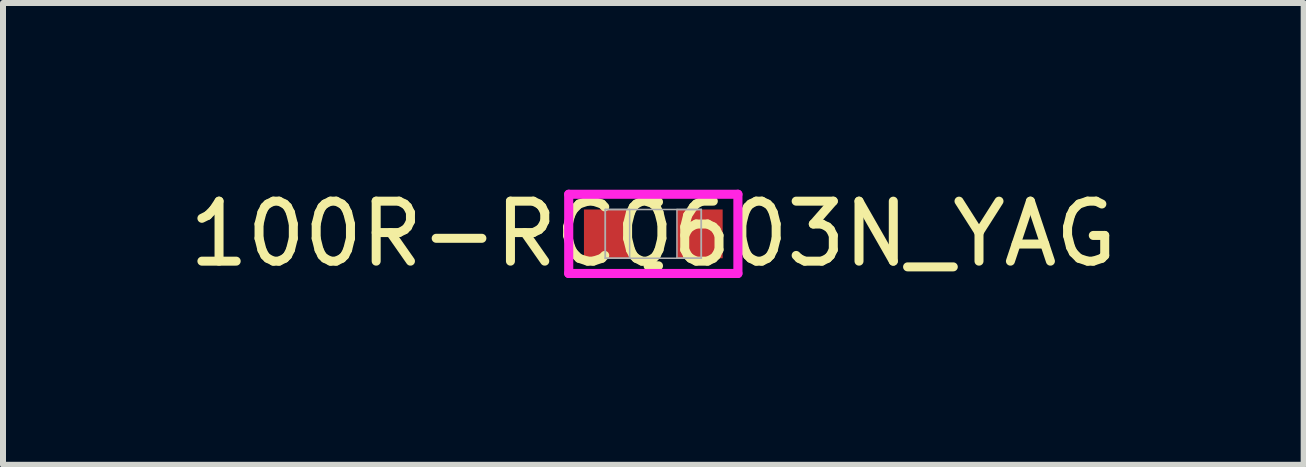
<source format=kicad_pcb>
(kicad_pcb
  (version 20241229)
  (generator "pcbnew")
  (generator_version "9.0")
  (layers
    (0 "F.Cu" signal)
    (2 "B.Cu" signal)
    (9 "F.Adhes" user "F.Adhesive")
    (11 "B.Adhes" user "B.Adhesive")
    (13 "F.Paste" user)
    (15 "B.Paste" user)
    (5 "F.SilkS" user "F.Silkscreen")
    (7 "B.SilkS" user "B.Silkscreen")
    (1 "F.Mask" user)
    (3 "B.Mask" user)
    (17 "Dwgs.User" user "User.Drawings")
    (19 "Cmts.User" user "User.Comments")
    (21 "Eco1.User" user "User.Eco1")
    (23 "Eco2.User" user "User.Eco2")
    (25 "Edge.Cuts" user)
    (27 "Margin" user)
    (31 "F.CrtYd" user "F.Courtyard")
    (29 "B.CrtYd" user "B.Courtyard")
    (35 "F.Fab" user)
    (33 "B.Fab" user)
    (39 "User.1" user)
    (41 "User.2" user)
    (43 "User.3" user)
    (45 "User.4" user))
  (footprint "100R-RC0603N_YAG"
    (layer "F.Cu")
    (at 7.839 0.848)
    (property "Reference" "100R-RC0603N_YAG" (at 0 0 0) (unlocked yes) (layer "F.SilkS") (effects (font (size 1 1) (thickness 0.15))))
    (attr smd)
    (fp_line (start -0.086 0.533) (end 0.086 0.533) (stroke (width 0.152) (type solid)) (layer "F.SilkS"))
    (fp_line (start 0.086 -0.533) (end -0.086 -0.533) (stroke (width 0.152) (type solid)) (layer "F.SilkS"))
    (fp_line (start -1.41 -0.66) (end 1.41 -0.66) (stroke (width 0.152) (type solid)) (layer "F.CrtYd"))
    (fp_line (start -1.41 0.66) (end -1.41 -0.66) (stroke (width 0.152) (type solid)) (layer "F.CrtYd"))
    (fp_line (start 1.41 -0.66) (end 1.41 0.66) (stroke (width 0.152) (type solid)) (layer "F.CrtYd"))
    (fp_line (start 1.41 0.66) (end -1.41 0.66) (stroke (width 0.152) (type solid)) (layer "F.CrtYd"))
    (fp_line (start -0.8 -0.406) (end -0.8 0.406) (stroke (width 0.025) (type solid)) (layer "F.Fab"))
    (fp_line (start -0.8 -0.406) (end -0.8 0.406) (stroke (width 0.025) (type solid)) (layer "F.Fab"))
    (fp_line (start -0.8 0.406) (end -0.394 0.406) (stroke (width 0.025) (type solid)) (layer "F.Fab"))
    (fp_line (start -0.8 0.406) (end 0.8 0.406) (stroke (width 0.025) (type solid)) (layer "F.Fab"))
    (fp_line (start -0.394 -0.406) (end -0.8 -0.406) (stroke (width 0.025) (type solid)) (layer "F.Fab"))
    (fp_line (start -0.394 0.406) (end -0.394 -0.406) (stroke (width 0.025) (type solid)) (layer "F.Fab"))
    (fp_line (start 0.394 -0.406) (end 0.394 0.406) (stroke (width 0.025) (type solid)) (layer "F.Fab"))
    (fp_line (start 0.394 0.406) (end 0.8 0.406) (stroke (width 0.025) (type solid)) (layer "F.Fab"))
    (fp_line (start 0.8 -0.406) (end -0.8 -0.406) (stroke (width 0.025) (type solid)) (layer "F.Fab"))
    (fp_line (start 0.8 -0.406) (end 0.394 -0.406) (stroke (width 0.025) (type solid)) (layer "F.Fab"))
    (fp_line (start 0.8 0.406) (end 0.8 -0.406) (stroke (width 0.025) (type solid)) (layer "F.Fab"))
    (fp_line (start 0.8 0.406) (end 0.8 -0.406) (stroke (width 0.025) (type solid)) (layer "F.Fab"))
    (pad "1" smd rect (at -0.775 0) (size 0.762 0.813) (layers "F.Cu" "F.Mask" "F.Paste"))
    (pad "2" smd rect (at 0.775 0) (size 0.762 0.813) (layers "F.Cu" "F.Mask" "F.Paste"))
    (zone (net_name "") (layer "F.Cu") (hatch full 0.508) (connect_pads) (min_thickness 0.254) (filled_areas_thickness no) (keepout (tracks not_allowed) (vias not_allowed) (pads allowed) (copperpour not_allowed) (footprints allowed)) (placement (enabled no)) (fill) (polygon (pts (xy 7.496 0.493) (xy 8.182 0.493) (xy 8.182 1.204) (xy 7.496 1.204)))))
  (gr_rect
    (start -3 -3)
    (end 18.679 4.697)
    (stroke (width 0.1) (type default))
    (fill no)
    (layer "Edge.Cuts")))
</source>
